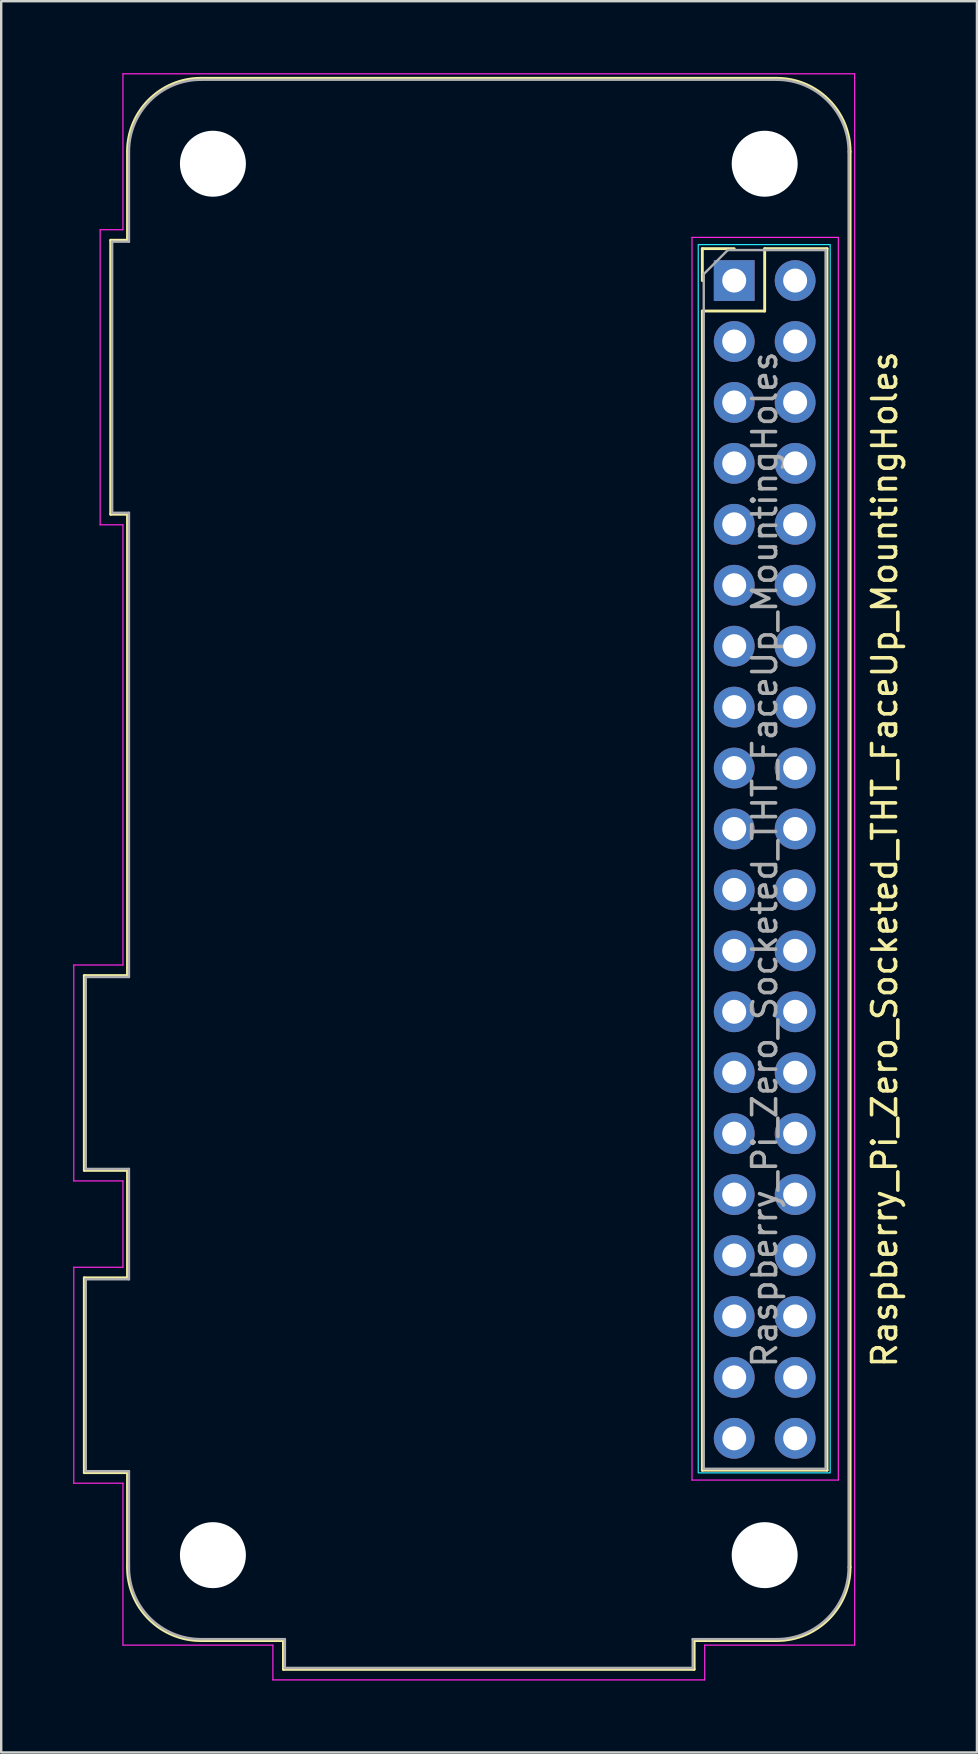
<source format=kicad_pcb>
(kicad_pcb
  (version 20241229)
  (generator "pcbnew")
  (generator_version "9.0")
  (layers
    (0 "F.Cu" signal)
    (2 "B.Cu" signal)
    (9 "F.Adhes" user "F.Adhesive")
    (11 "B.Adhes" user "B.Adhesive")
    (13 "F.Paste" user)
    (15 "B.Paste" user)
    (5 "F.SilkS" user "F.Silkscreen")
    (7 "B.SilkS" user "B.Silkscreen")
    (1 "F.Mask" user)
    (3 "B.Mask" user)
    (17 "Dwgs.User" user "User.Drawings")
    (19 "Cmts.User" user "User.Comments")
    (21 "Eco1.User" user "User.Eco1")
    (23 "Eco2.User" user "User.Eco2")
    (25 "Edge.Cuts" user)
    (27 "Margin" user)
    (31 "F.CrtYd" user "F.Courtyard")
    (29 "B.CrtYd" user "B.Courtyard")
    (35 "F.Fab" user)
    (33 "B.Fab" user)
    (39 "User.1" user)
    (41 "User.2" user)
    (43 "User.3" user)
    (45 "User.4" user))
  (footprint "Raspberry_Pi_Zero_Socketed_THT_FaceUp_MountingHoles"
    (layer "F.Cu")
    (at 7.155 8.645)
    (property "Reference" "Raspberry_Pi_Zero_Socketed_THT_FaceUp_MountingHoles" (at 26.67 24.13 90) (layer "F.SilkS") (effects (font (size 1 1) (thickness 0.15))))
    (attr through_hole)
    (fp_line (start -6.69 28.97) (end -4.89 28.97) (stroke (width 0.12) (type solid)) (layer "F.SilkS"))
    (fp_line (start -6.69 37.09) (end -6.69 28.97) (stroke (width 0.12) (type solid)) (layer "F.SilkS"))
    (fp_line (start -6.69 41.57) (end -4.89 41.57) (stroke (width 0.12) (type solid)) (layer "F.SilkS"))
    (fp_line (start -6.69 49.69) (end -6.69 41.57) (stroke (width 0.12) (type solid)) (layer "F.SilkS"))
    (fp_line (start -5.59 -1.68) (end -4.89 -1.68) (stroke (width 0.12) (type solid)) (layer "F.SilkS"))
    (fp_line (start -5.59 9.74) (end -5.59 -1.68) (stroke (width 0.12) (type solid)) (layer "F.SilkS"))
    (fp_line (start -4.89 -1.68) (end -4.89 -5.37) (stroke (width 0.12) (type solid)) (layer "F.SilkS"))
    (fp_line (start -4.89 9.74) (end -5.59 9.74) (stroke (width 0.12) (type solid)) (layer "F.SilkS"))
    (fp_line (start -4.89 28.97) (end -4.89 9.74) (stroke (width 0.12) (type solid)) (layer "F.SilkS"))
    (fp_line (start -4.89 37.09) (end -6.69 37.09) (stroke (width 0.12) (type solid)) (layer "F.SilkS"))
    (fp_line (start -4.89 41.57) (end -4.89 37.09) (stroke (width 0.12) (type solid)) (layer "F.SilkS"))
    (fp_line (start -4.89 49.69) (end -6.69 49.69) (stroke (width 0.12) (type solid)) (layer "F.SilkS"))
    (fp_line (start -4.89 53.63) (end -4.89 49.69) (stroke (width 0.12) (type solid)) (layer "F.SilkS"))
    (fp_line (start 1.61 56.69) (end -1.83 56.69) (stroke (width 0.12) (type solid)) (layer "F.SilkS"))
    (fp_line (start 1.61 57.89) (end 1.61 56.69) (stroke (width 0.12) (type solid)) (layer "F.SilkS"))
    (fp_line (start 18.73 56.69) (end 18.73 57.89) (stroke (width 0.12) (type solid)) (layer "F.SilkS"))
    (fp_line (start 18.73 56.69) (end 22.17 56.69) (stroke (width 0.12) (type solid)) (layer "F.SilkS"))
    (fp_line (start 18.73 57.89) (end 1.61 57.89) (stroke (width 0.12) (type solid)) (layer "F.SilkS"))
    (fp_line (start 19.07 -1.33) (end 19.07 0) (stroke (width 0.12) (type solid)) (layer "F.SilkS"))
    (fp_line (start 19.07 1.27) (end 19.07 49.59) (stroke (width 0.12) (type solid)) (layer "F.SilkS"))
    (fp_line (start 20.4 -1.33) (end 19.07 -1.33) (stroke (width 0.12) (type solid)) (layer "F.SilkS"))
    (fp_line (start 21.67 -1.33) (end 21.67 1.27) (stroke (width 0.12) (type solid)) (layer "F.SilkS"))
    (fp_line (start 21.67 1.27) (end 19.07 1.27) (stroke (width 0.12) (type solid)) (layer "F.SilkS"))
    (fp_line (start 22.17 -8.43) (end -1.83 -8.43) (stroke (width 0.12) (type solid)) (layer "F.SilkS"))
    (fp_line (start 24.27 -1.33) (end 21.67 -1.33) (stroke (width 0.12) (type solid)) (layer "F.SilkS"))
    (fp_line (start 24.27 -1.33) (end 24.27 49.59) (stroke (width 0.12) (type solid)) (layer "F.SilkS"))
    (fp_line (start 24.27 49.59) (end 19.07 49.59) (stroke (width 0.12) (type solid)) (layer "F.SilkS"))
    (fp_line (start 25.23 53.63) (end 25.23 -5.37) (stroke (width 0.12) (type solid)) (layer "F.SilkS"))
    (fp_arc (start -4.89 -5.37) (mid -3.993747 -7.533747) (end -1.83 -8.43) (stroke (width 0.12) (type solid)) (layer "F.SilkS"))
    (fp_arc (start -1.83 56.69) (mid -3.993747 55.793747) (end -4.89 53.63) (stroke (width 0.12) (type solid)) (layer "F.SilkS"))
    (fp_arc (start 22.17 -8.43) (mid 24.333747 -7.533747) (end 25.23 -5.37) (stroke (width 0.12) (type solid)) (layer "F.SilkS"))
    (fp_arc (start 25.23 53.63) (mid 24.333747 55.793747) (end 22.17 56.69) (stroke (width 0.12) (type solid)) (layer "F.SilkS"))
    (fp_rect (start 18.9 -1.5) (end 24.4 49.7) (stroke (width 0.05) (type default)) (fill no) (layer "B.CrtYd"))
    (fp_line (start -7.13 28.53) (end -5.08 28.53) (stroke (width 0.05) (type solid)) (layer "F.CrtYd"))
    (fp_line (start -7.13 37.53) (end -7.13 28.53) (stroke (width 0.05) (type solid)) (layer "F.CrtYd"))
    (fp_line (start -7.13 37.53) (end -5.08 37.53) (stroke (width 0.05) (type solid)) (layer "F.CrtYd"))
    (fp_line (start -7.13 41.13) (end -5.08 41.13) (stroke (width 0.05) (type solid)) (layer "F.CrtYd"))
    (fp_line (start -7.13 50.13) (end -7.13 41.13) (stroke (width 0.05) (type solid)) (layer "F.CrtYd"))
    (fp_line (start -7.13 50.13) (end -5.08 50.13) (stroke (width 0.05) (type solid)) (layer "F.CrtYd"))
    (fp_line (start -6.03 -2.12) (end -6.03 10.18) (stroke (width 0.05) (type solid)) (layer "F.CrtYd"))
    (fp_line (start -6.03 -2.12) (end -5.08 -2.12) (stroke (width 0.05) (type solid)) (layer "F.CrtYd"))
    (fp_line (start -6.03 10.18) (end -5.08 10.18) (stroke (width 0.05) (type solid)) (layer "F.CrtYd"))
    (fp_line (start -5.08 -2.12) (end -5.08 -8.62) (stroke (width 0.05) (type solid)) (layer "F.CrtYd"))
    (fp_line (start -5.08 28.53) (end -5.08 10.18) (stroke (width 0.05) (type solid)) (layer "F.CrtYd"))
    (fp_line (start -5.08 37.53) (end -5.08 41.13) (stroke (width 0.05) (type solid)) (layer "F.CrtYd"))
    (fp_line (start -5.08 50.13) (end -5.08 56.88) (stroke (width 0.05) (type solid)) (layer "F.CrtYd"))
    (fp_line (start 1.17 56.88) (end -5.08 56.88) (stroke (width 0.05) (type solid)) (layer "F.CrtYd"))
    (fp_line (start 1.17 58.33) (end 1.17 56.88) (stroke (width 0.05) (type solid)) (layer "F.CrtYd"))
    (fp_line (start 1.17 58.33) (end 19.17 58.33) (stroke (width 0.05) (type solid)) (layer "F.CrtYd"))
    (fp_line (start 18.64 -1.8) (end 18.64 50) (stroke (width 0.05) (type solid)) (layer "F.CrtYd"))
    (fp_line (start 18.64 50) (end 24.74 50) (stroke (width 0.05) (type solid)) (layer "F.CrtYd"))
    (fp_line (start 19.17 58.33) (end 19.17 56.88) (stroke (width 0.05) (type solid)) (layer "F.CrtYd"))
    (fp_line (start 24.74 -1.8) (end 18.64 -1.8) (stroke (width 0.05) (type solid)) (layer "F.CrtYd"))
    (fp_line (start 24.74 50) (end 24.74 -1.8) (stroke (width 0.05) (type solid)) (layer "F.CrtYd"))
    (fp_line (start 25.42 -8.62) (end -5.08 -8.62) (stroke (width 0.05) (type solid)) (layer "F.CrtYd"))
    (fp_line (start 25.42 56.88) (end 19.17 56.88) (stroke (width 0.05) (type solid)) (layer "F.CrtYd"))
    (fp_line (start 25.42 56.88) (end 25.42 -8.62) (stroke (width 0.05) (type solid)) (layer "F.CrtYd"))
    (fp_line (start -6.63 29.03) (end -4.83 29.03) (stroke (width 0.1) (type solid)) (layer "F.Fab"))
    (fp_line (start -6.63 37.03) (end -6.63 29.03) (stroke (width 0.1) (type solid)) (layer "F.Fab"))
    (fp_line (start -6.63 41.63) (end -4.83 41.63) (stroke (width 0.1) (type solid)) (layer "F.Fab"))
    (fp_line (start -6.63 49.63) (end -6.63 41.63) (stroke (width 0.1) (type solid)) (layer "F.Fab"))
    (fp_line (start -5.53 9.68) (end -5.53 -1.62) (stroke (width 0.1) (type solid)) (layer "F.Fab"))
    (fp_line (start -4.83 -1.62) (end -5.53 -1.62) (stroke (width 0.1) (type solid)) (layer "F.Fab"))
    (fp_line (start -4.83 -1.62) (end -4.83 -5.37) (stroke (width 0.1) (type solid)) (layer "F.Fab"))
    (fp_line (start -4.83 9.68) (end -5.53 9.68) (stroke (width 0.1) (type solid)) (layer "F.Fab"))
    (fp_line (start -4.83 29.03) (end -4.83 9.68) (stroke (width 0.1) (type solid)) (layer "F.Fab"))
    (fp_line (start -4.83 37.03) (end -6.63 37.03) (stroke (width 0.1) (type solid)) (layer "F.Fab"))
    (fp_line (start -4.83 41.63) (end -4.83 37.03) (stroke (width 0.1) (type solid)) (layer "F.Fab"))
    (fp_line (start -4.83 49.63) (end -6.63 49.63) (stroke (width 0.1) (type solid)) (layer "F.Fab"))
    (fp_line (start -4.83 49.63) (end -4.83 53.63) (stroke (width 0.1) (type solid)) (layer "F.Fab"))
    (fp_line (start -1.83 56.63) (end 1.67 56.63) (stroke (width 0.1) (type solid)) (layer "F.Fab"))
    (fp_line (start 1.67 56.63) (end 1.67 57.83) (stroke (width 0.1) (type solid)) (layer "F.Fab"))
    (fp_line (start 18.67 56.63) (end 18.67 57.83) (stroke (width 0.1) (type solid)) (layer "F.Fab"))
    (fp_line (start 18.67 57.83) (end 1.67 57.83) (stroke (width 0.1) (type solid)) (layer "F.Fab"))
    (fp_line (start 19.13 -0.27) (end 19.13 49.53) (stroke (width 0.1) (type solid)) (layer "F.Fab"))
    (fp_line (start 19.13 49.53) (end 24.21 49.53) (stroke (width 0.1) (type solid)) (layer "F.Fab"))
    (fp_line (start 20.13 -1.27) (end 19.13 -0.27) (stroke (width 0.1) (type solid)) (layer "F.Fab"))
    (fp_line (start 22.17 -8.37) (end -1.83 -8.37) (stroke (width 0.1) (type solid)) (layer "F.Fab"))
    (fp_line (start 22.17 56.63) (end 18.67 56.63) (stroke (width 0.1) (type solid)) (layer "F.Fab"))
    (fp_line (start 24.21 -1.27) (end 20.13 -1.27) (stroke (width 0.1) (type solid)) (layer "F.Fab"))
    (fp_line (start 24.21 49.53) (end 24.21 -1.27) (stroke (width 0.1) (type solid)) (layer "F.Fab"))
    (fp_line (start 25.17 53.63) (end 25.17 -5.37) (stroke (width 0.1) (type solid)) (layer "F.Fab"))
    (fp_arc (start -4.83 -5.37) (mid -3.95132 -7.49132) (end -1.83 -8.37) (stroke (width 0.1) (type solid)) (layer "F.Fab"))
    (fp_arc (start -1.83 56.63) (mid -3.95132 55.75132) (end -4.83 53.63) (stroke (width 0.1) (type solid)) (layer "F.Fab"))
    (fp_arc (start 22.17 -8.37) (mid 24.29132 -7.49132) (end 25.17 -5.37) (stroke (width 0.1) (type solid)) (layer "F.Fab"))
    (fp_arc (start 25.17 53.63) (mid 24.29132 55.75132) (end 22.17 56.63) (stroke (width 0.1) (type solid)) (layer "F.Fab"))
    (fp_text user "${REFERENCE}" (at 21.67 24.13 90) (layer "F.Fab") (effects (font (size 1 1) (thickness 0.15))))
    (pad "" np_thru_hole circle (at -1.33 -4.87 270) (size 2.75 2.75) (drill 2.75) (layers "*.Cu" "*.Mask"))
    (pad "" np_thru_hole circle (at -1.33 53.13 270) (size 2.75 2.75) (drill 2.75) (layers "*.Cu" "*.Mask"))
    (pad "" np_thru_hole circle (at 21.67 -4.87 270) (size 2.75 2.75) (drill 2.75) (layers "*.Cu" "*.Mask"))
    (pad "" np_thru_hole circle (at 21.67 53.13 270) (size 2.75 2.75) (drill 2.75) (layers "*.Cu" "*.Mask"))
    (pad "1" thru_hole rect (at 20.4 0) (size 1.7 1.7) (drill 1) (layers "*.Cu" "*.Mask"))
    (pad "2" thru_hole oval (at 22.94 0) (size 1.7 1.7) (drill 1) (layers "*.Cu" "*.Mask"))
    (pad "3" thru_hole oval (at 20.4 2.54) (size 1.7 1.7) (drill 1) (layers "*.Cu" "*.Mask"))
    (pad "4" thru_hole oval (at 22.94 2.54) (size 1.7 1.7) (drill 1) (layers "*.Cu" "*.Mask"))
    (pad "5" thru_hole oval (at 20.4 5.08) (size 1.7 1.7) (drill 1) (layers "*.Cu" "*.Mask"))
    (pad "6" thru_hole oval (at 22.94 5.08) (size 1.7 1.7) (drill 1) (layers "*.Cu" "*.Mask"))
    (pad "7" thru_hole oval (at 20.4 7.62) (size 1.7 1.7) (drill 1) (layers "*.Cu" "*.Mask"))
    (pad "8" thru_hole oval (at 22.94 7.62) (size 1.7 1.7) (drill 1) (layers "*.Cu" "*.Mask"))
    (pad "9" thru_hole oval (at 20.4 10.16) (size 1.7 1.7) (drill 1) (layers "*.Cu" "*.Mask"))
    (pad "10" thru_hole oval (at 22.94 10.16) (size 1.7 1.7) (drill 1) (layers "*.Cu" "*.Mask"))
    (pad "11" thru_hole oval (at 20.4 12.7) (size 1.7 1.7) (drill 1) (layers "*.Cu" "*.Mask"))
    (pad "12" thru_hole oval (at 22.94 12.7) (size 1.7 1.7) (drill 1) (layers "*.Cu" "*.Mask"))
    (pad "13" thru_hole oval (at 20.4 15.24) (size 1.7 1.7) (drill 1) (layers "*.Cu" "*.Mask"))
    (pad "14" thru_hole oval (at 22.94 15.24) (size 1.7 1.7) (drill 1) (layers "*.Cu" "*.Mask"))
    (pad "15" thru_hole oval (at 20.4 17.78) (size 1.7 1.7) (drill 1) (layers "*.Cu" "*.Mask"))
    (pad "16" thru_hole oval (at 22.94 17.78) (size 1.7 1.7) (drill 1) (layers "*.Cu" "*.Mask"))
    (pad "17" thru_hole oval (at 20.4 20.32) (size 1.7 1.7) (drill 1) (layers "*.Cu" "*.Mask"))
    (pad "18" thru_hole oval (at 22.94 20.32) (size 1.7 1.7) (drill 1) (layers "*.Cu" "*.Mask"))
    (pad "19" thru_hole oval (at 20.4 22.86) (size 1.7 1.7) (drill 1) (layers "*.Cu" "*.Mask"))
    (pad "20" thru_hole oval (at 22.94 22.86) (size 1.7 1.7) (drill 1) (layers "*.Cu" "*.Mask"))
    (pad "21" thru_hole oval (at 20.4 25.4) (size 1.7 1.7) (drill 1) (layers "*.Cu" "*.Mask"))
    (pad "22" thru_hole oval (at 22.94 25.4) (size 1.7 1.7) (drill 1) (layers "*.Cu" "*.Mask"))
    (pad "23" thru_hole oval (at 20.4 27.94) (size 1.7 1.7) (drill 1) (layers "*.Cu" "*.Mask"))
    (pad "24" thru_hole oval (at 22.94 27.94) (size 1.7 1.7) (drill 1) (layers "*.Cu" "*.Mask"))
    (pad "25" thru_hole oval (at 20.4 30.48) (size 1.7 1.7) (drill 1) (layers "*.Cu" "*.Mask"))
    (pad "26" thru_hole oval (at 22.94 30.48) (size 1.7 1.7) (drill 1) (layers "*.Cu" "*.Mask"))
    (pad "27" thru_hole oval (at 20.4 33.02) (size 1.7 1.7) (drill 1) (layers "*.Cu" "*.Mask"))
    (pad "28" thru_hole oval (at 22.94 33.02) (size 1.7 1.7) (drill 1) (layers "*.Cu" "*.Mask"))
    (pad "29" thru_hole oval (at 20.4 35.56) (size 1.7 1.7) (drill 1) (layers "*.Cu" "*.Mask"))
    (pad "30" thru_hole oval (at 22.94 35.56) (size 1.7 1.7) (drill 1) (layers "*.Cu" "*.Mask"))
    (pad "31" thru_hole oval (at 20.4 38.1) (size 1.7 1.7) (drill 1) (layers "*.Cu" "*.Mask"))
    (pad "32" thru_hole oval (at 22.94 38.1) (size 1.7 1.7) (drill 1) (layers "*.Cu" "*.Mask"))
    (pad "33" thru_hole oval (at 20.4 40.64) (size 1.7 1.7) (drill 1) (layers "*.Cu" "*.Mask"))
    (pad "34" thru_hole oval (at 22.94 40.64) (size 1.7 1.7) (drill 1) (layers "*.Cu" "*.Mask"))
    (pad "35" thru_hole oval (at 20.4 43.18) (size 1.7 1.7) (drill 1) (layers "*.Cu" "*.Mask"))
    (pad "36" thru_hole oval (at 22.94 43.18) (size 1.7 1.7) (drill 1) (layers "*.Cu" "*.Mask"))
    (pad "37" thru_hole oval (at 20.4 45.72) (size 1.7 1.7) (drill 1) (layers "*.Cu" "*.Mask"))
    (pad "38" thru_hole oval (at 22.94 45.72) (size 1.7 1.7) (drill 1) (layers "*.Cu" "*.Mask"))
    (pad "39" thru_hole oval (at 20.4 48.26) (size 1.7 1.7) (drill 1) (layers "*.Cu" "*.Mask"))
    (pad "40" thru_hole oval (at 22.94 48.26) (size 1.7 1.7) (drill 1) (layers "*.Cu" "*.Mask")))
  (gr_rect
    (start -3 -3)
    (end 37.673 70)
    (stroke (width 0.1) (type default))
    (fill no)
    (layer "Edge.Cuts")))
</source>
